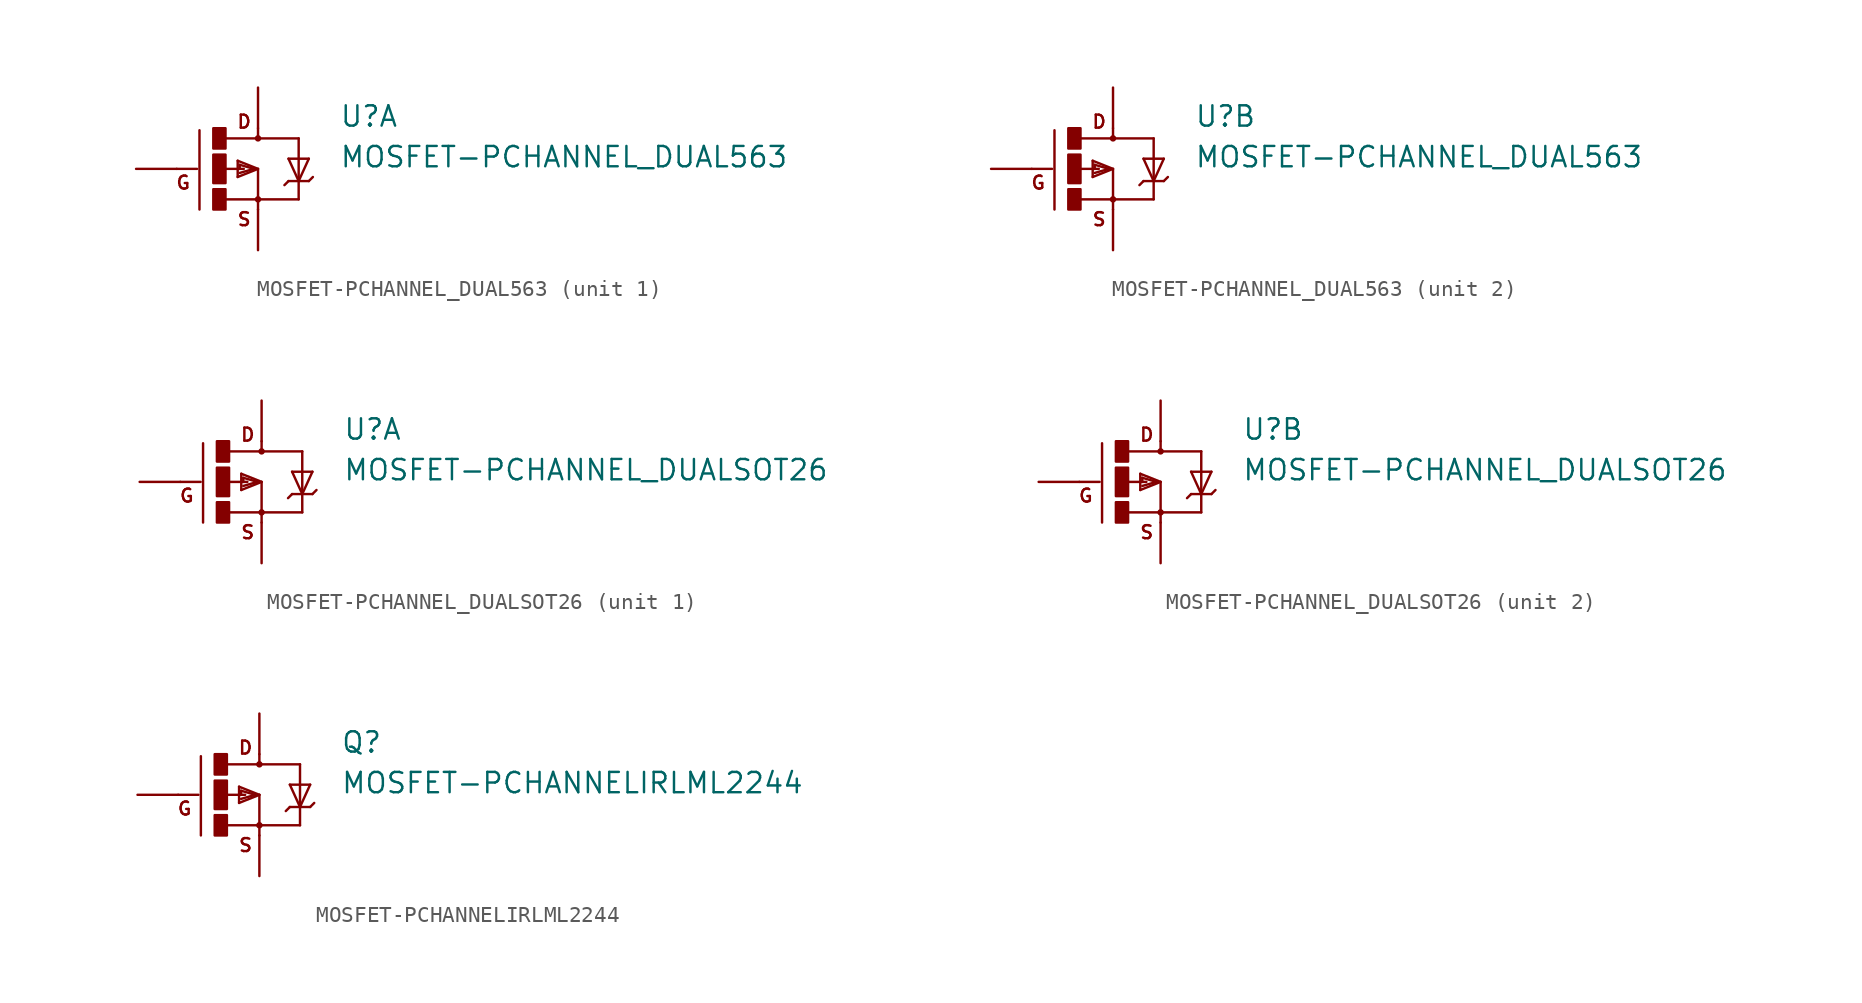
<source format=kicad_sym>
(kicad_symbol_lib
  (version 20211014)
  (generator kicad_symbol_editor)
  (symbol "MOSFET-PCHANNEL_DUAL563"
    (pin_numbers hide)
    (pin_names
      (offset 1.016) hide)
    (property "Reference" "U"
      (at 5.08 2.54 0)
      (effects (font (size 1.27 1.27)) (justify left bottom)))
    (property "Value" "MOSFET-PCHANNEL_DUAL563"
      (at 5.08 0 0)
      (effects (font (size 1.27 1.27)) (justify left bottom)))
    (property "ki_locked" ""
      (at 0 0 0)
      (effects (font (size 1.27 1.27))))
    (symbol "MOSFET-PCHANNEL_DUAL563_1_0"
      (polyline (pts (xy -3.81 0) (xy -5.08 0)) (stroke (width 0) (type default) (color 0 0 0 0)) (fill (type none)))
      (polyline (pts (xy -3.658 2.413) (xy -3.658 -2.54)) (stroke (width 0) (type default) (color 0 0 0 0)) (fill (type none)))
      (polyline (pts (xy -2.032 -1.905) (xy 0 -1.905)) (stroke (width 0) (type default) (color 0 0 0 0)) (fill (type none)))
      (polyline (pts (xy -1.27 -0.508) (xy 0 0)) (stroke (width 0) (type default) (color 0 0 0 0)) (fill (type none)))
      (polyline (pts (xy -1.27 0.508) (xy -1.27 -0.508)) (stroke (width 0) (type default) (color 0 0 0 0)) (fill (type none)))
      (polyline (pts (xy -1.143 -0.254) (xy -0.254 0)) (stroke (width 0) (type default) (color 0 0 0 0)) (fill (type none)))
      (polyline (pts (xy -1.143 0) (xy -2.032 0)) (stroke (width 0) (type default) (color 0 0 0 0)) (fill (type none)))
      (polyline (pts (xy -1.143 0) (xy -0.889 0)) (stroke (width 0) (type default) (color 0 0 0 0)) (fill (type none)))
      (polyline (pts (xy -1.143 0.254) (xy -1.143 0)) (stroke (width 0) (type default) (color 0 0 0 0)) (fill (type none)))
      (polyline (pts (xy -0.254 0) (xy -1.143 0.254)) (stroke (width 0) (type default) (color 0 0 0 0)) (fill (type none)))
      (polyline (pts (xy 0 -1.905) (xy 0 -2.54)) (stroke (width 0) (type default) (color 0 0 0 0)) (fill (type none)))
      (polyline (pts (xy 0 0) (xy -1.27 0.508)) (stroke (width 0) (type default) (color 0 0 0 0)) (fill (type none)))
      (polyline (pts (xy 0 0) (xy 0 -1.905)) (stroke (width 0) (type default) (color 0 0 0 0)) (fill (type none)))
      (polyline (pts (xy 0 1.905) (xy -2.007 1.905)) (stroke (width 0) (type default) (color 0 0 0 0)) (fill (type none)))
      (polyline (pts (xy 0 1.905) (xy 2.54 1.905)) (stroke (width 0) (type default) (color 0 0 0 0)) (fill (type none)))
      (polyline (pts (xy 0 2.54) (xy 0 1.905)) (stroke (width 0) (type default) (color 0 0 0 0)) (fill (type none)))
      (polyline (pts (xy 1.905 -0.762) (xy 1.651 -1.016)) (stroke (width 0) (type default) (color 0 0 0 0)) (fill (type none)))
      (polyline (pts (xy 1.905 0.635) (xy 2.54 -0.762)) (stroke (width 0) (type default) (color 0 0 0 0)) (fill (type none)))
      (polyline (pts (xy 2.54 -1.905) (xy 0 -1.905)) (stroke (width 0) (type default) (color 0 0 0 0)) (fill (type none)))
      (polyline (pts (xy 2.54 -1.905) (xy 2.54 -0.762)) (stroke (width 0) (type default) (color 0 0 0 0)) (fill (type none)))
      (polyline (pts (xy 2.54 -0.762) (xy 1.905 -0.762)) (stroke (width 0) (type default) (color 0 0 0 0)) (fill (type none)))
      (polyline (pts (xy 2.54 -0.762) (xy 2.54 1.905)) (stroke (width 0) (type default) (color 0 0 0 0)) (fill (type none)))
      (polyline (pts (xy 2.54 -0.762) (xy 3.175 0.635)) (stroke (width 0) (type default) (color 0 0 0 0)) (fill (type none)))
      (polyline (pts (xy 3.175 -0.762) (xy 2.54 -0.762)) (stroke (width 0) (type default) (color 0 0 0 0)) (fill (type none)))
      (polyline (pts (xy 3.175 -0.762) (xy 3.429 -0.508)) (stroke (width 0) (type default) (color 0 0 0 0)) (fill (type none)))
      (polyline (pts (xy 3.175 0.635) (xy 1.905 0.635)) (stroke (width 0) (type default) (color 0 0 0 0)) (fill (type none)))
      (text "D" (at -0.864 2.946 0) (effects (font (size 0.813 0.813))))
      (text "G" (at -4.674 -0.864 0) (effects (font (size 0.813 0.813))))
      (text "S" (at -0.864 -3.15 0) (effects (font (size 0.813 0.813)))))
    (symbol "MOSFET-PCHANNEL_DUAL563_1_1"
      (rectangle (start -2.794 -2.54) (end -2.032 -1.27) (stroke (width 0) (type default) (color 0 0 0 0)) (fill (type outline)))
      (rectangle (start -2.794 -0.889) (end -2.032 0.889) (stroke (width 0) (type default) (color 0 0 0 0)) (fill (type outline)))
      (rectangle (start -2.794 1.27) (end -2.032 2.54) (stroke (width 0) (type default) (color 0 0 0 0)) (fill (type outline)))
      (circle (center 0 -1.905) (radius 0.127) (stroke (width 0) (type default) (color 0 0 0 0)) (fill (type outline)))
      (circle (center 0 1.905) (radius 0.127) (stroke (width 0) (type default) (color 0 0 0 0)) (fill (type outline)))
      (pin passive line (at 0 5.08 270) (length 2.54) (name "D" (effects (font (size 1.016 1.016)))) (number "D1" (effects (font (size 1.016 1.016)))))
      (pin passive line (at -7.62 0 0) (length 2.54) (name "G" (effects (font (size 1.016 1.016)))) (number "G1" (effects (font (size 1.016 1.016)))))
      (pin passive line (at 0 -5.08 90) (length 2.54) (name "S" (effects (font (size 1.016 1.016)))) (number "S1" (effects (font (size 1.016 1.016))))))
    (symbol "MOSFET-PCHANNEL_DUAL563_2_0"
      (polyline (pts (xy -3.81 0) (xy -5.08 0)) (stroke (width 0) (type default) (color 0 0 0 0)) (fill (type none)))
      (polyline (pts (xy -3.658 2.413) (xy -3.658 -2.54)) (stroke (width 0) (type default) (color 0 0 0 0)) (fill (type none)))
      (polyline (pts (xy -2.032 -1.905) (xy 0 -1.905)) (stroke (width 0) (type default) (color 0 0 0 0)) (fill (type none)))
      (polyline (pts (xy -1.27 -0.508) (xy 0 0)) (stroke (width 0) (type default) (color 0 0 0 0)) (fill (type none)))
      (polyline (pts (xy -1.27 0.508) (xy -1.27 -0.508)) (stroke (width 0) (type default) (color 0 0 0 0)) (fill (type none)))
      (polyline (pts (xy -1.143 -0.254) (xy -0.254 0)) (stroke (width 0) (type default) (color 0 0 0 0)) (fill (type none)))
      (polyline (pts (xy -1.143 0) (xy -2.032 0)) (stroke (width 0) (type default) (color 0 0 0 0)) (fill (type none)))
      (polyline (pts (xy -1.143 0) (xy -0.889 0)) (stroke (width 0) (type default) (color 0 0 0 0)) (fill (type none)))
      (polyline (pts (xy -1.143 0.254) (xy -1.143 0)) (stroke (width 0) (type default) (color 0 0 0 0)) (fill (type none)))
      (polyline (pts (xy -0.254 0) (xy -1.143 0.254)) (stroke (width 0) (type default) (color 0 0 0 0)) (fill (type none)))
      (polyline (pts (xy 0 -1.905) (xy 0 -2.54)) (stroke (width 0) (type default) (color 0 0 0 0)) (fill (type none)))
      (polyline (pts (xy 0 0) (xy -1.27 0.508)) (stroke (width 0) (type default) (color 0 0 0 0)) (fill (type none)))
      (polyline (pts (xy 0 0) (xy 0 -1.905)) (stroke (width 0) (type default) (color 0 0 0 0)) (fill (type none)))
      (polyline (pts (xy 0 1.905) (xy -2.007 1.905)) (stroke (width 0) (type default) (color 0 0 0 0)) (fill (type none)))
      (polyline (pts (xy 0 1.905) (xy 2.54 1.905)) (stroke (width 0) (type default) (color 0 0 0 0)) (fill (type none)))
      (polyline (pts (xy 0 2.54) (xy 0 1.905)) (stroke (width 0) (type default) (color 0 0 0 0)) (fill (type none)))
      (polyline (pts (xy 1.905 -0.762) (xy 1.651 -1.016)) (stroke (width 0) (type default) (color 0 0 0 0)) (fill (type none)))
      (polyline (pts (xy 1.905 0.635) (xy 2.54 -0.762)) (stroke (width 0) (type default) (color 0 0 0 0)) (fill (type none)))
      (polyline (pts (xy 2.54 -1.905) (xy 0 -1.905)) (stroke (width 0) (type default) (color 0 0 0 0)) (fill (type none)))
      (polyline (pts (xy 2.54 -1.905) (xy 2.54 -0.762)) (stroke (width 0) (type default) (color 0 0 0 0)) (fill (type none)))
      (polyline (pts (xy 2.54 -0.762) (xy 1.905 -0.762)) (stroke (width 0) (type default) (color 0 0 0 0)) (fill (type none)))
      (polyline (pts (xy 2.54 -0.762) (xy 2.54 1.905)) (stroke (width 0) (type default) (color 0 0 0 0)) (fill (type none)))
      (polyline (pts (xy 2.54 -0.762) (xy 3.175 0.635)) (stroke (width 0) (type default) (color 0 0 0 0)) (fill (type none)))
      (polyline (pts (xy 3.175 -0.762) (xy 2.54 -0.762)) (stroke (width 0) (type default) (color 0 0 0 0)) (fill (type none)))
      (polyline (pts (xy 3.175 -0.762) (xy 3.429 -0.508)) (stroke (width 0) (type default) (color 0 0 0 0)) (fill (type none)))
      (polyline (pts (xy 3.175 0.635) (xy 1.905 0.635)) (stroke (width 0) (type default) (color 0 0 0 0)) (fill (type none)))
      (text "D" (at -0.864 2.946 0) (effects (font (size 0.813 0.813))))
      (text "G" (at -4.674 -0.864 0) (effects (font (size 0.813 0.813))))
      (text "S" (at -0.864 -3.15 0) (effects (font (size 0.813 0.813)))))
    (symbol "MOSFET-PCHANNEL_DUAL563_2_1"
      (rectangle (start -2.794 -2.54) (end -2.032 -1.27) (stroke (width 0) (type default) (color 0 0 0 0)) (fill (type outline)))
      (rectangle (start -2.794 -0.889) (end -2.032 0.889) (stroke (width 0) (type default) (color 0 0 0 0)) (fill (type outline)))
      (rectangle (start -2.794 1.27) (end -2.032 2.54) (stroke (width 0) (type default) (color 0 0 0 0)) (fill (type outline)))
      (circle (center 0 -1.905) (radius 0.127) (stroke (width 0) (type default) (color 0 0 0 0)) (fill (type outline)))
      (circle (center 0 1.905) (radius 0.127) (stroke (width 0) (type default) (color 0 0 0 0)) (fill (type outline)))
      (pin passive line (at 0 5.08 270) (length 2.54) (name "D" (effects (font (size 1.016 1.016)))) (number "D2" (effects (font (size 1.016 1.016)))))
      (pin passive line (at -7.62 0 0) (length 2.54) (name "G" (effects (font (size 1.016 1.016)))) (number "G2" (effects (font (size 1.016 1.016)))))
      (pin passive line (at 0 -5.08 90) (length 2.54) (name "S" (effects (font (size 1.016 1.016)))) (number "S2" (effects (font (size 1.016 1.016)))))))
  (symbol "MOSFET-PCHANNEL_DUALSOT26"
    (pin_numbers hide)
    (pin_names
      (offset 1.016) hide)
    (property "Reference" "U"
      (at 5.08 2.54 0)
      (effects (font (size 1.27 1.27)) (justify left bottom)))
    (property "Value" "MOSFET-PCHANNEL_DUALSOT26"
      (at 5.08 0 0)
      (effects (font (size 1.27 1.27)) (justify left bottom)))
    (property "ki_locked" ""
      (at 0 0 0)
      (effects (font (size 1.27 1.27))))
    (symbol "MOSFET-PCHANNEL_DUALSOT26_1_0"
      (polyline (pts (xy -3.81 0) (xy -5.08 0)) (stroke (width 0) (type default) (color 0 0 0 0)) (fill (type none)))
      (polyline (pts (xy -3.658 2.413) (xy -3.658 -2.54)) (stroke (width 0) (type default) (color 0 0 0 0)) (fill (type none)))
      (polyline (pts (xy -2.032 -1.905) (xy 0 -1.905)) (stroke (width 0) (type default) (color 0 0 0 0)) (fill (type none)))
      (polyline (pts (xy -1.27 -0.508) (xy 0 0)) (stroke (width 0) (type default) (color 0 0 0 0)) (fill (type none)))
      (polyline (pts (xy -1.27 0.508) (xy -1.27 -0.508)) (stroke (width 0) (type default) (color 0 0 0 0)) (fill (type none)))
      (polyline (pts (xy -1.143 -0.254) (xy -0.254 0)) (stroke (width 0) (type default) (color 0 0 0 0)) (fill (type none)))
      (polyline (pts (xy -1.143 0) (xy -2.032 0)) (stroke (width 0) (type default) (color 0 0 0 0)) (fill (type none)))
      (polyline (pts (xy -1.143 0) (xy -0.889 0)) (stroke (width 0) (type default) (color 0 0 0 0)) (fill (type none)))
      (polyline (pts (xy -1.143 0.254) (xy -1.143 0)) (stroke (width 0) (type default) (color 0 0 0 0)) (fill (type none)))
      (polyline (pts (xy -0.254 0) (xy -1.143 0.254)) (stroke (width 0) (type default) (color 0 0 0 0)) (fill (type none)))
      (polyline (pts (xy 0 -1.905) (xy 0 -2.54)) (stroke (width 0) (type default) (color 0 0 0 0)) (fill (type none)))
      (polyline (pts (xy 0 0) (xy -1.27 0.508)) (stroke (width 0) (type default) (color 0 0 0 0)) (fill (type none)))
      (polyline (pts (xy 0 0) (xy 0 -1.905)) (stroke (width 0) (type default) (color 0 0 0 0)) (fill (type none)))
      (polyline (pts (xy 0 1.905) (xy -2.007 1.905)) (stroke (width 0) (type default) (color 0 0 0 0)) (fill (type none)))
      (polyline (pts (xy 0 1.905) (xy 2.54 1.905)) (stroke (width 0) (type default) (color 0 0 0 0)) (fill (type none)))
      (polyline (pts (xy 0 2.54) (xy 0 1.905)) (stroke (width 0) (type default) (color 0 0 0 0)) (fill (type none)))
      (polyline (pts (xy 1.905 -0.762) (xy 1.651 -1.016)) (stroke (width 0) (type default) (color 0 0 0 0)) (fill (type none)))
      (polyline (pts (xy 1.905 0.635) (xy 2.54 -0.762)) (stroke (width 0) (type default) (color 0 0 0 0)) (fill (type none)))
      (polyline (pts (xy 2.54 -1.905) (xy 0 -1.905)) (stroke (width 0) (type default) (color 0 0 0 0)) (fill (type none)))
      (polyline (pts (xy 2.54 -1.905) (xy 2.54 -0.762)) (stroke (width 0) (type default) (color 0 0 0 0)) (fill (type none)))
      (polyline (pts (xy 2.54 -0.762) (xy 1.905 -0.762)) (stroke (width 0) (type default) (color 0 0 0 0)) (fill (type none)))
      (polyline (pts (xy 2.54 -0.762) (xy 2.54 1.905)) (stroke (width 0) (type default) (color 0 0 0 0)) (fill (type none)))
      (polyline (pts (xy 2.54 -0.762) (xy 3.175 0.635)) (stroke (width 0) (type default) (color 0 0 0 0)) (fill (type none)))
      (polyline (pts (xy 3.175 -0.762) (xy 2.54 -0.762)) (stroke (width 0) (type default) (color 0 0 0 0)) (fill (type none)))
      (polyline (pts (xy 3.175 -0.762) (xy 3.429 -0.508)) (stroke (width 0) (type default) (color 0 0 0 0)) (fill (type none)))
      (polyline (pts (xy 3.175 0.635) (xy 1.905 0.635)) (stroke (width 0) (type default) (color 0 0 0 0)) (fill (type none)))
      (text "D" (at -0.864 2.946 0) (effects (font (size 0.813 0.813))))
      (text "G" (at -4.674 -0.864 0) (effects (font (size 0.813 0.813))))
      (text "S" (at -0.864 -3.15 0) (effects (font (size 0.813 0.813)))))
    (symbol "MOSFET-PCHANNEL_DUALSOT26_1_1"
      (rectangle (start -2.794 -2.54) (end -2.032 -1.27) (stroke (width 0) (type default) (color 0 0 0 0)) (fill (type outline)))
      (rectangle (start -2.794 -0.889) (end -2.032 0.889) (stroke (width 0) (type default) (color 0 0 0 0)) (fill (type outline)))
      (rectangle (start -2.794 1.27) (end -2.032 2.54) (stroke (width 0) (type default) (color 0 0 0 0)) (fill (type outline)))
      (circle (center 0 -1.905) (radius 0.127) (stroke (width 0) (type default) (color 0 0 0 0)) (fill (type outline)))
      (circle (center 0 1.905) (radius 0.127) (stroke (width 0) (type default) (color 0 0 0 0)) (fill (type outline)))
      (pin passive line (at 0 5.08 270) (length 2.54) (name "D" (effects (font (size 1.016 1.016)))) (number "D1" (effects (font (size 1.016 1.016)))))
      (pin passive line (at -7.62 0 0) (length 2.54) (name "G" (effects (font (size 1.016 1.016)))) (number "G1" (effects (font (size 1.016 1.016)))))
      (pin passive line (at 0 -5.08 90) (length 2.54) (name "S" (effects (font (size 1.016 1.016)))) (number "S1" (effects (font (size 1.016 1.016))))))
    (symbol "MOSFET-PCHANNEL_DUALSOT26_2_0"
      (polyline (pts (xy -3.81 0) (xy -5.08 0)) (stroke (width 0) (type default) (color 0 0 0 0)) (fill (type none)))
      (polyline (pts (xy -3.658 2.413) (xy -3.658 -2.54)) (stroke (width 0) (type default) (color 0 0 0 0)) (fill (type none)))
      (polyline (pts (xy -2.032 -1.905) (xy 0 -1.905)) (stroke (width 0) (type default) (color 0 0 0 0)) (fill (type none)))
      (polyline (pts (xy -1.27 -0.508) (xy 0 0)) (stroke (width 0) (type default) (color 0 0 0 0)) (fill (type none)))
      (polyline (pts (xy -1.27 0.508) (xy -1.27 -0.508)) (stroke (width 0) (type default) (color 0 0 0 0)) (fill (type none)))
      (polyline (pts (xy -1.143 -0.254) (xy -0.254 0)) (stroke (width 0) (type default) (color 0 0 0 0)) (fill (type none)))
      (polyline (pts (xy -1.143 0) (xy -2.032 0)) (stroke (width 0) (type default) (color 0 0 0 0)) (fill (type none)))
      (polyline (pts (xy -1.143 0) (xy -0.889 0)) (stroke (width 0) (type default) (color 0 0 0 0)) (fill (type none)))
      (polyline (pts (xy -1.143 0.254) (xy -1.143 0)) (stroke (width 0) (type default) (color 0 0 0 0)) (fill (type none)))
      (polyline (pts (xy -0.254 0) (xy -1.143 0.254)) (stroke (width 0) (type default) (color 0 0 0 0)) (fill (type none)))
      (polyline (pts (xy 0 -1.905) (xy 0 -2.54)) (stroke (width 0) (type default) (color 0 0 0 0)) (fill (type none)))
      (polyline (pts (xy 0 0) (xy -1.27 0.508)) (stroke (width 0) (type default) (color 0 0 0 0)) (fill (type none)))
      (polyline (pts (xy 0 0) (xy 0 -1.905)) (stroke (width 0) (type default) (color 0 0 0 0)) (fill (type none)))
      (polyline (pts (xy 0 1.905) (xy -2.007 1.905)) (stroke (width 0) (type default) (color 0 0 0 0)) (fill (type none)))
      (polyline (pts (xy 0 1.905) (xy 2.54 1.905)) (stroke (width 0) (type default) (color 0 0 0 0)) (fill (type none)))
      (polyline (pts (xy 0 2.54) (xy 0 1.905)) (stroke (width 0) (type default) (color 0 0 0 0)) (fill (type none)))
      (polyline (pts (xy 1.905 -0.762) (xy 1.651 -1.016)) (stroke (width 0) (type default) (color 0 0 0 0)) (fill (type none)))
      (polyline (pts (xy 1.905 0.635) (xy 2.54 -0.762)) (stroke (width 0) (type default) (color 0 0 0 0)) (fill (type none)))
      (polyline (pts (xy 2.54 -1.905) (xy 0 -1.905)) (stroke (width 0) (type default) (color 0 0 0 0)) (fill (type none)))
      (polyline (pts (xy 2.54 -1.905) (xy 2.54 -0.762)) (stroke (width 0) (type default) (color 0 0 0 0)) (fill (type none)))
      (polyline (pts (xy 2.54 -0.762) (xy 1.905 -0.762)) (stroke (width 0) (type default) (color 0 0 0 0)) (fill (type none)))
      (polyline (pts (xy 2.54 -0.762) (xy 2.54 1.905)) (stroke (width 0) (type default) (color 0 0 0 0)) (fill (type none)))
      (polyline (pts (xy 2.54 -0.762) (xy 3.175 0.635)) (stroke (width 0) (type default) (color 0 0 0 0)) (fill (type none)))
      (polyline (pts (xy 3.175 -0.762) (xy 2.54 -0.762)) (stroke (width 0) (type default) (color 0 0 0 0)) (fill (type none)))
      (polyline (pts (xy 3.175 -0.762) (xy 3.429 -0.508)) (stroke (width 0) (type default) (color 0 0 0 0)) (fill (type none)))
      (polyline (pts (xy 3.175 0.635) (xy 1.905 0.635)) (stroke (width 0) (type default) (color 0 0 0 0)) (fill (type none)))
      (text "D" (at -0.864 2.946 0) (effects (font (size 0.813 0.813))))
      (text "G" (at -4.674 -0.864 0) (effects (font (size 0.813 0.813))))
      (text "S" (at -0.864 -3.15 0) (effects (font (size 0.813 0.813)))))
    (symbol "MOSFET-PCHANNEL_DUALSOT26_2_1"
      (rectangle (start -2.794 -2.54) (end -2.032 -1.27) (stroke (width 0) (type default) (color 0 0 0 0)) (fill (type outline)))
      (rectangle (start -2.794 -0.889) (end -2.032 0.889) (stroke (width 0) (type default) (color 0 0 0 0)) (fill (type outline)))
      (rectangle (start -2.794 1.27) (end -2.032 2.54) (stroke (width 0) (type default) (color 0 0 0 0)) (fill (type outline)))
      (circle (center 0 -1.905) (radius 0.127) (stroke (width 0) (type default) (color 0 0 0 0)) (fill (type outline)))
      (circle (center 0 1.905) (radius 0.127) (stroke (width 0) (type default) (color 0 0 0 0)) (fill (type outline)))
      (pin passive line (at 0 5.08 270) (length 2.54) (name "D" (effects (font (size 1.016 1.016)))) (number "D2" (effects (font (size 1.016 1.016)))))
      (pin passive line (at -7.62 0 0) (length 2.54) (name "G" (effects (font (size 1.016 1.016)))) (number "G2" (effects (font (size 1.016 1.016)))))
      (pin passive line (at 0 -5.08 90) (length 2.54) (name "S" (effects (font (size 1.016 1.016)))) (number "S2" (effects (font (size 1.016 1.016)))))))
  (symbol "MOSFET-PCHANNELIRLML2244"
    (pin_numbers hide)
    (pin_names
      (offset 1.016) hide)
    (property "Reference" "Q"
      (at 5.08 2.54 0)
      (effects (font (size 1.27 1.27)) (justify left bottom)))
    (property "Value" "MOSFET-PCHANNELIRLML2244"
      (at 5.08 0 0)
      (effects (font (size 1.27 1.27)) (justify left bottom)))
    (property "ki_locked" ""
      (at 0 0 0)
      (effects (font (size 1.27 1.27))))
    (symbol "MOSFET-PCHANNELIRLML2244_1_0"
      (polyline (pts (xy -3.81 0) (xy -5.08 0)) (stroke (width 0) (type default) (color 0 0 0 0)) (fill (type none)))
      (polyline (pts (xy -3.658 2.413) (xy -3.658 -2.54)) (stroke (width 0) (type default) (color 0 0 0 0)) (fill (type none)))
      (polyline (pts (xy -2.032 -1.905) (xy 0 -1.905)) (stroke (width 0) (type default) (color 0 0 0 0)) (fill (type none)))
      (polyline (pts (xy -1.27 -0.508) (xy 0 0)) (stroke (width 0) (type default) (color 0 0 0 0)) (fill (type none)))
      (polyline (pts (xy -1.27 0.508) (xy -1.27 -0.508)) (stroke (width 0) (type default) (color 0 0 0 0)) (fill (type none)))
      (polyline (pts (xy -1.143 -0.254) (xy -0.254 0)) (stroke (width 0) (type default) (color 0 0 0 0)) (fill (type none)))
      (polyline (pts (xy -1.143 0) (xy -2.032 0)) (stroke (width 0) (type default) (color 0 0 0 0)) (fill (type none)))
      (polyline (pts (xy -1.143 0) (xy -0.889 0)) (stroke (width 0) (type default) (color 0 0 0 0)) (fill (type none)))
      (polyline (pts (xy -1.143 0.254) (xy -1.143 0)) (stroke (width 0) (type default) (color 0 0 0 0)) (fill (type none)))
      (polyline (pts (xy -0.254 0) (xy -1.143 0.254)) (stroke (width 0) (type default) (color 0 0 0 0)) (fill (type none)))
      (polyline (pts (xy 0 -1.905) (xy 0 -2.54)) (stroke (width 0) (type default) (color 0 0 0 0)) (fill (type none)))
      (polyline (pts (xy 0 0) (xy -1.27 0.508)) (stroke (width 0) (type default) (color 0 0 0 0)) (fill (type none)))
      (polyline (pts (xy 0 0) (xy 0 -1.905)) (stroke (width 0) (type default) (color 0 0 0 0)) (fill (type none)))
      (polyline (pts (xy 0 1.905) (xy -2.007 1.905)) (stroke (width 0) (type default) (color 0 0 0 0)) (fill (type none)))
      (polyline (pts (xy 0 1.905) (xy 2.54 1.905)) (stroke (width 0) (type default) (color 0 0 0 0)) (fill (type none)))
      (polyline (pts (xy 0 2.54) (xy 0 1.905)) (stroke (width 0) (type default) (color 0 0 0 0)) (fill (type none)))
      (polyline (pts (xy 1.905 -0.762) (xy 1.651 -1.016)) (stroke (width 0) (type default) (color 0 0 0 0)) (fill (type none)))
      (polyline (pts (xy 1.905 0.635) (xy 2.54 -0.762)) (stroke (width 0) (type default) (color 0 0 0 0)) (fill (type none)))
      (polyline (pts (xy 2.54 -1.905) (xy 0 -1.905)) (stroke (width 0) (type default) (color 0 0 0 0)) (fill (type none)))
      (polyline (pts (xy 2.54 -1.905) (xy 2.54 -0.762)) (stroke (width 0) (type default) (color 0 0 0 0)) (fill (type none)))
      (polyline (pts (xy 2.54 -0.762) (xy 1.905 -0.762)) (stroke (width 0) (type default) (color 0 0 0 0)) (fill (type none)))
      (polyline (pts (xy 2.54 -0.762) (xy 2.54 1.905)) (stroke (width 0) (type default) (color 0 0 0 0)) (fill (type none)))
      (polyline (pts (xy 2.54 -0.762) (xy 3.175 0.635)) (stroke (width 0) (type default) (color 0 0 0 0)) (fill (type none)))
      (polyline (pts (xy 3.175 -0.762) (xy 2.54 -0.762)) (stroke (width 0) (type default) (color 0 0 0 0)) (fill (type none)))
      (polyline (pts (xy 3.175 -0.762) (xy 3.429 -0.508)) (stroke (width 0) (type default) (color 0 0 0 0)) (fill (type none)))
      (polyline (pts (xy 3.175 0.635) (xy 1.905 0.635)) (stroke (width 0) (type default) (color 0 0 0 0)) (fill (type none)))
      (text "D" (at -0.864 2.946 0) (effects (font (size 0.813 0.813))))
      (text "G" (at -4.674 -0.864 0) (effects (font (size 0.813 0.813))))
      (text "S" (at -0.864 -3.15 0) (effects (font (size 0.813 0.813)))))
    (symbol "MOSFET-PCHANNELIRLML2244_1_1"
      (rectangle (start -2.794 -2.54) (end -2.032 -1.27) (stroke (width 0) (type default) (color 0 0 0 0)) (fill (type outline)))
      (rectangle (start -2.794 -0.889) (end -2.032 0.889) (stroke (width 0) (type default) (color 0 0 0 0)) (fill (type outline)))
      (rectangle (start -2.794 1.27) (end -2.032 2.54) (stroke (width 0) (type default) (color 0 0 0 0)) (fill (type outline)))
      (circle (center 0 -1.905) (radius 0.127) (stroke (width 0) (type default) (color 0 0 0 0)) (fill (type outline)))
      (circle (center 0 1.905) (radius 0.127) (stroke (width 0) (type default) (color 0 0 0 0)) (fill (type outline)))
      (pin passive line (at -7.62 0 0) (length 2.54) (name "G" (effects (font (size 1.016 1.016)))) (number "1" (effects (font (size 1.016 1.016)))))
      (pin passive line (at 0 -5.08 90) (length 2.54) (name "S" (effects (font (size 1.016 1.016)))) (number "2" (effects (font (size 1.016 1.016)))))
      (pin passive line (at 0 5.08 270) (length 2.54) (name "D" (effects (font (size 1.016 1.016)))) (number "3" (effects (font (size 1.016 1.016))))))))
</source>
